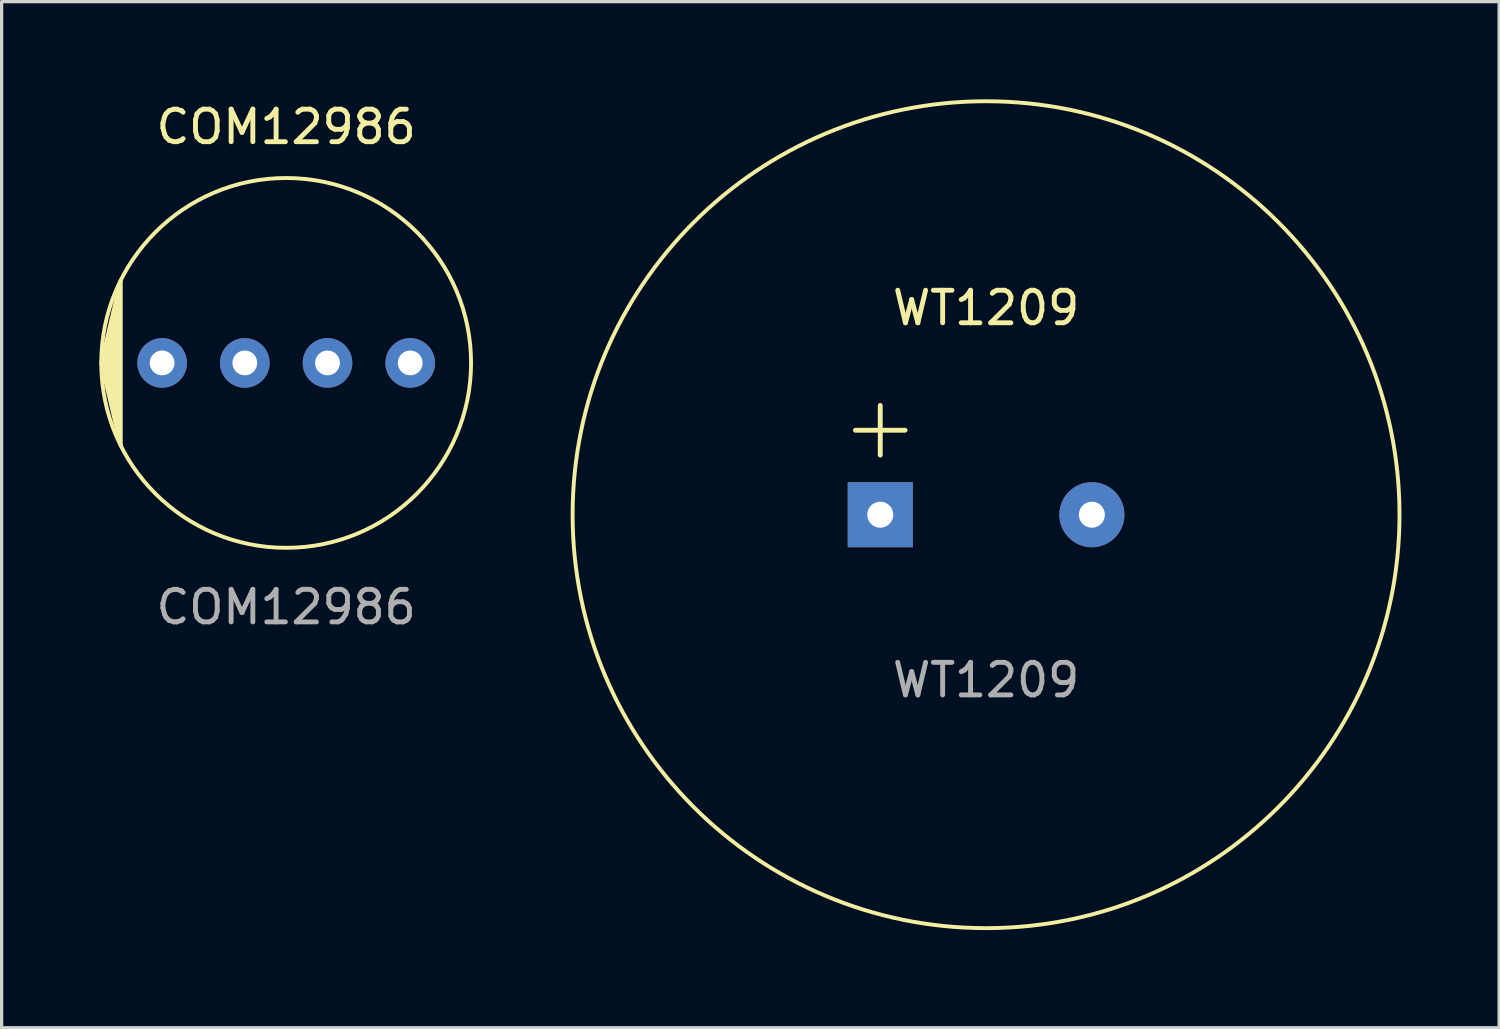
<source format=kicad_pcb>
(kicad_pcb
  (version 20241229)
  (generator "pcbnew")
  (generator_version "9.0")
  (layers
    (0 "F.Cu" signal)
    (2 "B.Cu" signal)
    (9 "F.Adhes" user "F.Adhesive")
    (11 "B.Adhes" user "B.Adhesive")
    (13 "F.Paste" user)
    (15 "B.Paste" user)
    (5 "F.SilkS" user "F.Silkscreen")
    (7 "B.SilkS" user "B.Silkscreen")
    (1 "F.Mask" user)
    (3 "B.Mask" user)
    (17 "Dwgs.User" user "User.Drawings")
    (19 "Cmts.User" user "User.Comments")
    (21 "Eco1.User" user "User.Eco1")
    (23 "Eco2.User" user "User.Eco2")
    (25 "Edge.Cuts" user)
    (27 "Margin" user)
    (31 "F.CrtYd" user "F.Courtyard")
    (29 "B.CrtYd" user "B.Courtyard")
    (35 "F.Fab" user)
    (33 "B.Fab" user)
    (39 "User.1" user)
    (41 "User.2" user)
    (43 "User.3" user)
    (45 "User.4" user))
  (footprint "WT1209"
    (layer "F.Cu")
    (at 27.239 12.76)
    (property "Reference" "WT1209" (at 0 -6.35 0) (unlocked yes) (layer "F.SilkS") (effects (font (size 1 1) (thickness 0.15))))
    (attr through_hole)
    (fp_circle (center 0 0) (end 10.16 -7.62) (stroke (width 0.12) (type solid)) (fill no) (layer "F.SilkS"))
    (fp_text user "+" (at -3.25 -2.75 0) (unlocked yes) (layer "F.SilkS") (effects (font (size 2 2) (thickness 0.15))))
    (fp_text user "${REFERENCE}" (at 0 5.08 0) (unlocked yes) (layer "F.Fab") (effects (font (size 1 1) (thickness 0.15))))
    (pad "1" thru_hole rect (at -3.25 0) (size 2 2) (drill 0.8) (layers "*.Cu" "*.Mask"))
    (pad "2" thru_hole circle (at 3.25 0) (size 2 2) (drill 0.8) (layers "*.Cu" "*.Mask")))
  (footprint "COM12986"
    (layer "F.Cu")
    (at 5.74 8.098)
    (property "Reference" "COM12986" (at 0 -7.25 0) (unlocked yes) (layer "F.SilkS") (effects (font (size 1 1) (thickness 0.15))))
    (attr through_hole)
    (fp_circle (center 0 0) (end 5.08 -2.54) (stroke (width 0.12) (type solid)) (fill no) (layer "F.SilkS"))
    (fp_poly (pts (xy -5.08 2.54) (xy -5.68 0) (xy -5.08 -2.54)) (stroke (width 0.12) (type solid)) (fill yes) (layer "F.SilkS"))
    (fp_text user "${REFERENCE}" (at 0 7.5 0) (unlocked yes) (layer "F.Fab") (effects (font (size 1 1) (thickness 0.15))))
    (pad "1" thru_hole circle (at -3.81 0) (size 1.524 1.524) (drill 0.762) (layers "*.Cu" "*.Mask"))
    (pad "2" thru_hole circle (at -1.27 0) (size 1.524 1.524) (drill 0.762) (layers "*.Cu" "*.Mask"))
    (pad "3" thru_hole circle (at 1.27 0) (size 1.524 1.524) (drill 0.762) (layers "*.Cu" "*.Mask"))
    (pad "4" thru_hole circle (at 3.81 0) (size 1.524 1.524) (drill 0.762) (layers "*.Cu" "*.Mask")))
  (gr_rect
    (start -3 -3)
    (end 42.999 28.52)
    (stroke (width 0.1) (type default))
    (fill no)
    (layer "Edge.Cuts")))
</source>
